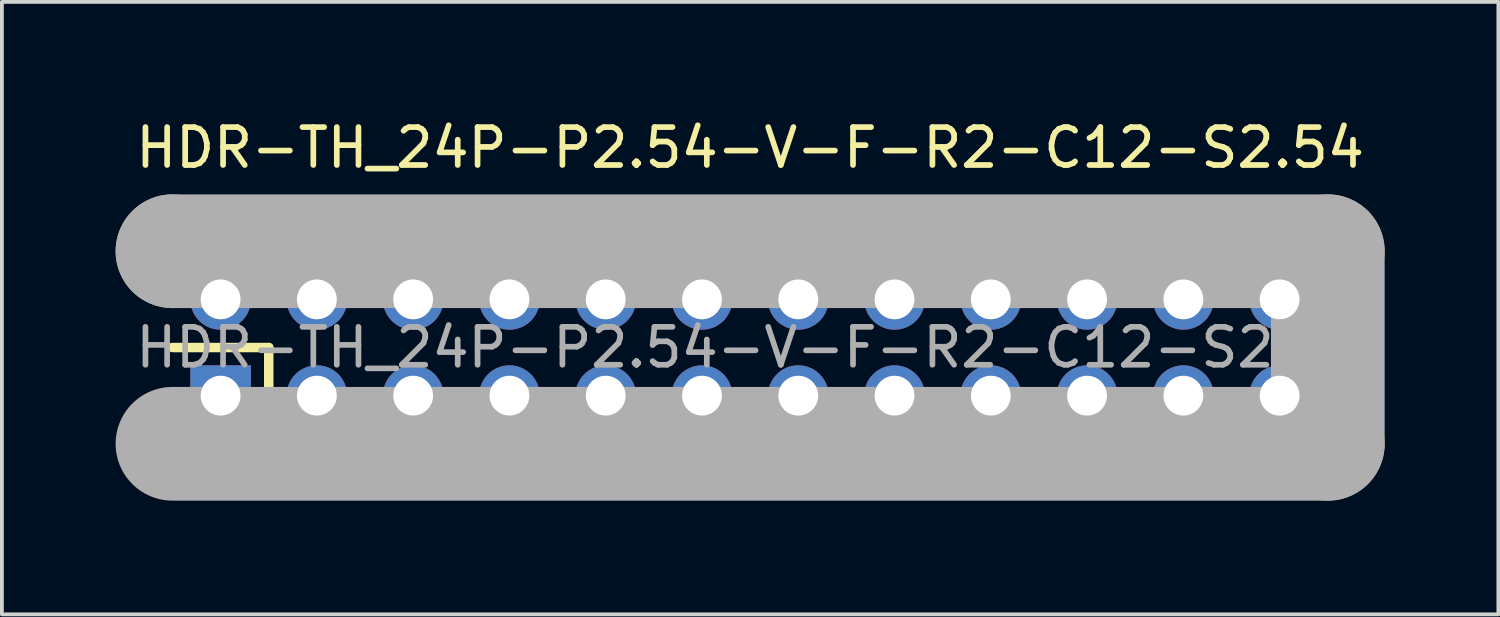
<source format=kicad_pcb>
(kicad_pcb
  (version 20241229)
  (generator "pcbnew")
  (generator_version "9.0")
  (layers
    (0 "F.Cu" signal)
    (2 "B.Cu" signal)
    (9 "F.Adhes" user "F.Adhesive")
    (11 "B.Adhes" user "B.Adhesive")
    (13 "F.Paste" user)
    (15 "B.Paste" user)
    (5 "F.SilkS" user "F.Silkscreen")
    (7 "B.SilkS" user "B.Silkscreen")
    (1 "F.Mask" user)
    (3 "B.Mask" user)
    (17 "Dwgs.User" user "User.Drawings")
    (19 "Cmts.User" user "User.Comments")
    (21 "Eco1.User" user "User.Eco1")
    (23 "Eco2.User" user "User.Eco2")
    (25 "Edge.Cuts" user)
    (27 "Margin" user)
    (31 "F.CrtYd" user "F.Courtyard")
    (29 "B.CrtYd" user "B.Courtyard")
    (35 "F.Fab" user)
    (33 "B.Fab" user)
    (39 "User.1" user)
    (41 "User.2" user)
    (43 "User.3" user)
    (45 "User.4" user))
  (footprint "HDR-TH_24P-P2.54-V-F-R2-C12-S2.54"
    (layer "F.Cu")
    (at 16.74 6.118)
    (property "Reference" "HDR-TH_24P-P2.54-V-F-R2-C12-S2.54" (at 0 -5.27 0) (layer "F.SilkS") (effects (font (size 1 1) (thickness 0.15))))
    (attr through_hole)
    (fp_line (start -15.24 0) (end -12.7 0) (stroke (width 0.25) (type solid)) (layer "F.SilkS"))
    (fp_line (start -12.7 0) (end -12.7 2.54) (stroke (width 0.25) (type solid)) (layer "F.SilkS"))
    (fp_line (start -15.24 -2.54) (end -15.24 -2.54) (stroke (width 3) (type solid)) (layer "F.Fab"))
    (fp_line (start -15.24 -2.54) (end 15.24 -2.54) (stroke (width 3) (type solid)) (layer "F.Fab"))
    (fp_line (start 15.24 -2.54) (end 15.24 2.54) (stroke (width 3) (type solid)) (layer "F.Fab"))
    (fp_line (start 15.24 2.54) (end -15.24 2.54) (stroke (width 3) (type solid)) (layer "F.Fab"))
    (fp_circle (center -15.37 2.67) (end -15.34 2.67) (stroke (width 0.06) (type solid)) (fill no) (layer "F.Fab"))
    (fp_circle (center -13.97 -1.27) (end -13.76 -1.27) (stroke (width 0.42) (type solid)) (fill no) (layer "F.Fab"))
    (fp_circle (center -13.97 1.27) (end -13.76 1.27) (stroke (width 0.42) (type solid)) (fill no) (layer "F.Fab"))
    (fp_circle (center -11.43 -1.27) (end -11.22 -1.27) (stroke (width 0.42) (type solid)) (fill no) (layer "F.Fab"))
    (fp_circle (center -11.43 1.27) (end -11.22 1.27) (stroke (width 0.42) (type solid)) (fill no) (layer "F.Fab"))
    (fp_circle (center -8.89 -1.27) (end -8.68 -1.27) (stroke (width 0.42) (type solid)) (fill no) (layer "F.Fab"))
    (fp_circle (center -8.89 1.27) (end -8.68 1.27) (stroke (width 0.42) (type solid)) (fill no) (layer "F.Fab"))
    (fp_circle (center -6.35 -1.27) (end -6.14 -1.27) (stroke (width 0.42) (type solid)) (fill no) (layer "F.Fab"))
    (fp_circle (center -6.35 1.27) (end -6.14 1.27) (stroke (width 0.42) (type solid)) (fill no) (layer "F.Fab"))
    (fp_circle (center -3.81 -1.27) (end -3.6 -1.27) (stroke (width 0.42) (type solid)) (fill no) (layer "F.Fab"))
    (fp_circle (center -3.81 1.27) (end -3.6 1.27) (stroke (width 0.42) (type solid)) (fill no) (layer "F.Fab"))
    (fp_circle (center -1.27 -1.27) (end -1.06 -1.27) (stroke (width 0.42) (type solid)) (fill no) (layer "F.Fab"))
    (fp_circle (center -1.27 1.27) (end -1.06 1.27) (stroke (width 0.42) (type solid)) (fill no) (layer "F.Fab"))
    (fp_circle (center 1.27 -1.27) (end 1.48 -1.27) (stroke (width 0.42) (type solid)) (fill no) (layer "F.Fab"))
    (fp_circle (center 1.27 1.27) (end 1.48 1.27) (stroke (width 0.42) (type solid)) (fill no) (layer "F.Fab"))
    (fp_circle (center 3.81 -1.27) (end 4.02 -1.27) (stroke (width 0.42) (type solid)) (fill no) (layer "F.Fab"))
    (fp_circle (center 3.81 1.27) (end 4.02 1.27) (stroke (width 0.42) (type solid)) (fill no) (layer "F.Fab"))
    (fp_circle (center 6.35 -1.27) (end 6.56 -1.27) (stroke (width 0.42) (type solid)) (fill no) (layer "F.Fab"))
    (fp_circle (center 6.35 1.27) (end 6.56 1.27) (stroke (width 0.42) (type solid)) (fill no) (layer "F.Fab"))
    (fp_circle (center 8.89 -1.27) (end 9.1 -1.27) (stroke (width 0.42) (type solid)) (fill no) (layer "F.Fab"))
    (fp_circle (center 8.89 1.27) (end 9.1 1.27) (stroke (width 0.42) (type solid)) (fill no) (layer "F.Fab"))
    (fp_circle (center 11.43 -1.27) (end 11.64 -1.27) (stroke (width 0.42) (type solid)) (fill no) (layer "F.Fab"))
    (fp_circle (center 11.43 1.27) (end 11.64 1.27) (stroke (width 0.42) (type solid)) (fill no) (layer "F.Fab"))
    (fp_circle (center 13.97 -1.27) (end 14.18 -1.27) (stroke (width 0.42) (type solid)) (fill no) (layer "F.Fab"))
    (fp_circle (center 13.97 1.27) (end 14.18 1.27) (stroke (width 0.42) (type solid)) (fill no) (layer "F.Fab"))
    (fp_text user "${REFERENCE}" (at 0 0 0) (layer "F.Fab") (effects (font (size 1 1) (thickness 0.15))))
    (pad "1" thru_hole rect (at -13.97 1.27) (size 1.6 1.6) (drill 1.05) (layers "*.Cu" "*.Paste" "*.Mask"))
    (pad "2" thru_hole circle (at -13.97 -1.27) (size 1.6 1.6) (drill 1.05) (layers "*.Cu" "*.Paste" "*.Mask"))
    (pad "3" thru_hole circle (at -11.43 1.27) (size 1.6 1.6) (drill 1.05) (layers "*.Cu" "*.Paste" "*.Mask"))
    (pad "4" thru_hole circle (at -11.43 -1.27) (size 1.6 1.6) (drill 1.05) (layers "*.Cu" "*.Paste" "*.Mask"))
    (pad "5" thru_hole circle (at -8.89 1.27) (size 1.6 1.6) (drill 1.05) (layers "*.Cu" "*.Paste" "*.Mask"))
    (pad "6" thru_hole circle (at -8.89 -1.27) (size 1.6 1.6) (drill 1.05) (layers "*.Cu" "*.Paste" "*.Mask"))
    (pad "7" thru_hole circle (at -6.35 1.27) (size 1.6 1.6) (drill 1.05) (layers "*.Cu" "*.Paste" "*.Mask"))
    (pad "8" thru_hole circle (at -6.35 -1.27) (size 1.6 1.6) (drill 1.05) (layers "*.Cu" "*.Paste" "*.Mask"))
    (pad "9" thru_hole circle (at -3.81 1.27) (size 1.6 1.6) (drill 1.05) (layers "*.Cu" "*.Paste" "*.Mask"))
    (pad "10" thru_hole circle (at -3.81 -1.27) (size 1.6 1.6) (drill 1.05) (layers "*.Cu" "*.Paste" "*.Mask"))
    (pad "11" thru_hole circle (at -1.27 1.27) (size 1.6 1.6) (drill 1.05) (layers "*.Cu" "*.Paste" "*.Mask"))
    (pad "12" thru_hole circle (at -1.27 -1.27) (size 1.6 1.6) (drill 1.05) (layers "*.Cu" "*.Paste" "*.Mask"))
    (pad "13" thru_hole circle (at 1.27 1.27) (size 1.6 1.6) (drill 1.05) (layers "*.Cu" "*.Paste" "*.Mask"))
    (pad "14" thru_hole circle (at 1.27 -1.27) (size 1.6 1.6) (drill 1.05) (layers "*.Cu" "*.Paste" "*.Mask"))
    (pad "15" thru_hole circle (at 3.81 1.27) (size 1.6 1.6) (drill 1.05) (layers "*.Cu" "*.Paste" "*.Mask"))
    (pad "16" thru_hole circle (at 3.81 -1.27) (size 1.6 1.6) (drill 1.05) (layers "*.Cu" "*.Paste" "*.Mask"))
    (pad "17" thru_hole circle (at 6.35 1.27) (size 1.6 1.6) (drill 1.05) (layers "*.Cu" "*.Paste" "*.Mask"))
    (pad "18" thru_hole circle (at 6.35 -1.27) (size 1.6 1.6) (drill 1.05) (layers "*.Cu" "*.Paste" "*.Mask"))
    (pad "19" thru_hole circle (at 8.89 1.27) (size 1.6 1.6) (drill 1.05) (layers "*.Cu" "*.Paste" "*.Mask"))
    (pad "20" thru_hole circle (at 8.89 -1.27) (size 1.6 1.6) (drill 1.05) (layers "*.Cu" "*.Paste" "*.Mask"))
    (pad "21" thru_hole circle (at 11.43 1.27) (size 1.6 1.6) (drill 1.05) (layers "*.Cu" "*.Paste" "*.Mask"))
    (pad "22" thru_hole circle (at 11.43 -1.27) (size 1.6 1.6) (drill 1.05) (layers "*.Cu" "*.Paste" "*.Mask"))
    (pad "23" thru_hole circle (at 13.97 1.27) (size 1.6 1.6) (drill 1.05) (layers "*.Cu" "*.Paste" "*.Mask"))
    (pad "24" thru_hole circle (at 13.97 -1.27) (size 1.6 1.6) (drill 1.05) (layers "*.Cu" "*.Paste" "*.Mask")))
  (gr_rect
    (start -3 -3)
    (end 36.48 13.158)
    (stroke (width 0.1) (type default))
    (fill no)
    (layer "Edge.Cuts")))
</source>
